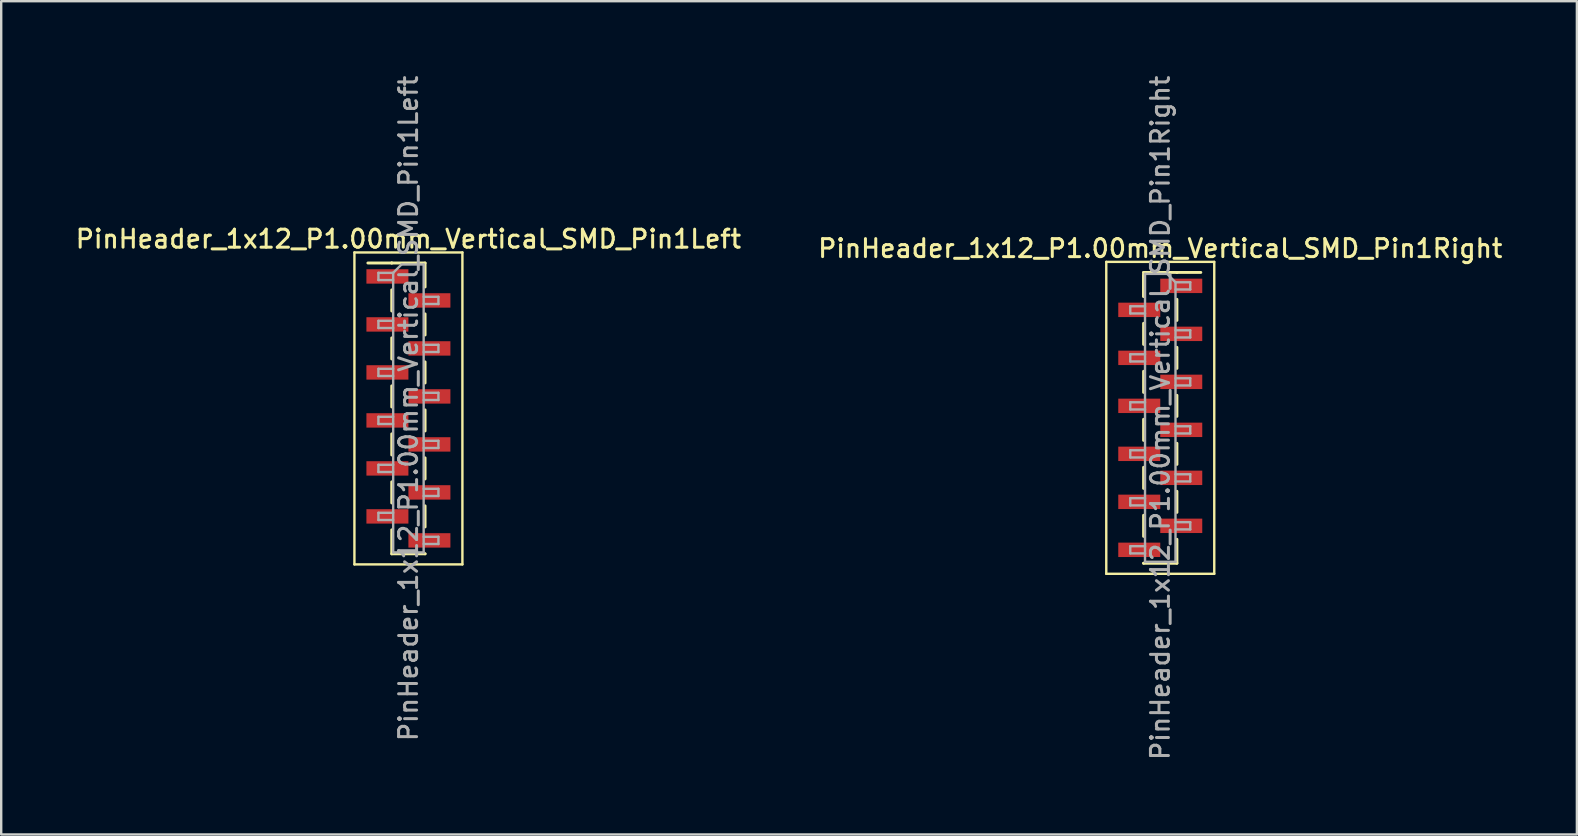
<source format=kicad_pcb>
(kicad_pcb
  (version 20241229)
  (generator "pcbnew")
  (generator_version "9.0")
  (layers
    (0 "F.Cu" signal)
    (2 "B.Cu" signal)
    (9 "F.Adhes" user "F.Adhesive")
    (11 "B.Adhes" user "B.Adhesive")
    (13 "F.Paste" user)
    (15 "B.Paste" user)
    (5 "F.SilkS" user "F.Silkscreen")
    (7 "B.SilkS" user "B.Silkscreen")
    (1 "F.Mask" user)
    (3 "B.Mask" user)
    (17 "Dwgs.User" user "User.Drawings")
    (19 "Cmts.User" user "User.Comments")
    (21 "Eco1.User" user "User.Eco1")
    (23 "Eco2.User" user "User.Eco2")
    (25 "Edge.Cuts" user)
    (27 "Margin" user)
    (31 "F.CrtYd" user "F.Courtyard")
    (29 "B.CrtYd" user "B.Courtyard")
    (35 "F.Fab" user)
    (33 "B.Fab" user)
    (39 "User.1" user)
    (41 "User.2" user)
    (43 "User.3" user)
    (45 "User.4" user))
  (footprint "PinHeader_1x12_P1.00mm_Vertical_SMD_Pin1Right"
    (layer "F.Cu")
    (at 45.302 14.363)
    (property "Reference" "PinHeader_1x12_P1.00mm_Vertical_SMD_Pin1Right" (at 0 -7.06 0) (layer "F.SilkS") (effects (font (size 0.75 0.75) (thickness 0.125))))
    (attr smd)
    (fp_line (start -2.25 -6.5) (end -2.25 6.5) (stroke (width 0.1) (type solid)) (layer "F.SilkS"))
    (fp_line (start -2.25 6.5) (end 2.25 6.5) (stroke (width 0.1) (type solid)) (layer "F.SilkS"))
    (fp_line (start -0.695 -6.06) (end -0.695 -5.06) (stroke (width 0.12) (type solid)) (layer "F.SilkS"))
    (fp_line (start -0.695 -6.06) (end 0.695 -6.06) (stroke (width 0.12) (type solid)) (layer "F.SilkS"))
    (fp_line (start -0.695 -5.94) (end -0.695 -5.06) (stroke (width 0.12) (type solid)) (layer "F.SilkS"))
    (fp_line (start -0.695 -3.94) (end -0.695 -3.06) (stroke (width 0.12) (type solid)) (layer "F.SilkS"))
    (fp_line (start -0.695 -1.94) (end -0.695 -1.06) (stroke (width 0.12) (type solid)) (layer "F.SilkS"))
    (fp_line (start -0.695 0.06) (end -0.695 0.94) (stroke (width 0.12) (type solid)) (layer "F.SilkS"))
    (fp_line (start -0.695 2.06) (end -0.695 2.94) (stroke (width 0.12) (type solid)) (layer "F.SilkS"))
    (fp_line (start -0.695 4.06) (end -0.695 4.94) (stroke (width 0.12) (type solid)) (layer "F.SilkS"))
    (fp_line (start -0.695 6.06) (end -0.695 6.06) (stroke (width 0.12) (type solid)) (layer "F.SilkS"))
    (fp_line (start -0.695 6.06) (end 0.695 6.06) (stroke (width 0.12) (type solid)) (layer "F.SilkS"))
    (fp_line (start 0.695 -6.06) (end 0.695 -6.06) (stroke (width 0.12) (type solid)) (layer "F.SilkS"))
    (fp_line (start 0.695 -6.06) (end 1.69 -6.06) (stroke (width 0.12) (type solid)) (layer "F.SilkS"))
    (fp_line (start 0.695 -4.94) (end 0.695 -4.06) (stroke (width 0.12) (type solid)) (layer "F.SilkS"))
    (fp_line (start 0.695 -2.94) (end 0.695 -2.06) (stroke (width 0.12) (type solid)) (layer "F.SilkS"))
    (fp_line (start 0.695 -0.94) (end 0.695 -0.06) (stroke (width 0.12) (type solid)) (layer "F.SilkS"))
    (fp_line (start 0.695 1.06) (end 0.695 1.94) (stroke (width 0.12) (type solid)) (layer "F.SilkS"))
    (fp_line (start 0.695 3.06) (end 0.695 3.94) (stroke (width 0.12) (type solid)) (layer "F.SilkS"))
    (fp_line (start 0.695 5.06) (end 0.695 6.06) (stroke (width 0.12) (type solid)) (layer "F.SilkS"))
    (fp_line (start 2.25 -6.5) (end -2.25 -6.5) (stroke (width 0.1) (type solid)) (layer "F.SilkS"))
    (fp_line (start 2.25 6.5) (end 2.25 -6.5) (stroke (width 0.1) (type solid)) (layer "F.SilkS"))
    (fp_line (start -1.25 -4.65) (end -1.25 -4.35) (stroke (width 0.1) (type solid)) (layer "F.Fab"))
    (fp_line (start -1.25 -4.35) (end -0.635 -4.35) (stroke (width 0.1) (type solid)) (layer "F.Fab"))
    (fp_line (start -1.25 -2.65) (end -1.25 -2.35) (stroke (width 0.1) (type solid)) (layer "F.Fab"))
    (fp_line (start -1.25 -2.35) (end -0.635 -2.35) (stroke (width 0.1) (type solid)) (layer "F.Fab"))
    (fp_line (start -1.25 -0.65) (end -1.25 -0.35) (stroke (width 0.1) (type solid)) (layer "F.Fab"))
    (fp_line (start -1.25 -0.35) (end -0.635 -0.35) (stroke (width 0.1) (type solid)) (layer "F.Fab"))
    (fp_line (start -1.25 1.35) (end -1.25 1.65) (stroke (width 0.1) (type solid)) (layer "F.Fab"))
    (fp_line (start -1.25 1.65) (end -0.635 1.65) (stroke (width 0.1) (type solid)) (layer "F.Fab"))
    (fp_line (start -1.25 3.35) (end -1.25 3.65) (stroke (width 0.1) (type solid)) (layer "F.Fab"))
    (fp_line (start -1.25 3.65) (end -0.635 3.65) (stroke (width 0.1) (type solid)) (layer "F.Fab"))
    (fp_line (start -1.25 5.35) (end -1.25 5.65) (stroke (width 0.1) (type solid)) (layer "F.Fab"))
    (fp_line (start -1.25 5.65) (end -0.635 5.65) (stroke (width 0.1) (type solid)) (layer "F.Fab"))
    (fp_line (start -0.635 -6) (end -0.635 6) (stroke (width 0.1) (type solid)) (layer "F.Fab"))
    (fp_line (start -0.635 -6) (end 0.285 -6) (stroke (width 0.1) (type solid)) (layer "F.Fab"))
    (fp_line (start -0.635 -4.65) (end -1.25 -4.65) (stroke (width 0.1) (type solid)) (layer "F.Fab"))
    (fp_line (start -0.635 -2.65) (end -1.25 -2.65) (stroke (width 0.1) (type solid)) (layer "F.Fab"))
    (fp_line (start -0.635 -0.65) (end -1.25 -0.65) (stroke (width 0.1) (type solid)) (layer "F.Fab"))
    (fp_line (start -0.635 1.35) (end -1.25 1.35) (stroke (width 0.1) (type solid)) (layer "F.Fab"))
    (fp_line (start -0.635 3.35) (end -1.25 3.35) (stroke (width 0.1) (type solid)) (layer "F.Fab"))
    (fp_line (start -0.635 5.35) (end -1.25 5.35) (stroke (width 0.1) (type solid)) (layer "F.Fab"))
    (fp_line (start 0.635 -5.65) (end 0.285 -6) (stroke (width 0.1) (type solid)) (layer "F.Fab"))
    (fp_line (start 0.635 -5.65) (end 1.25 -5.65) (stroke (width 0.1) (type solid)) (layer "F.Fab"))
    (fp_line (start 0.635 -3.65) (end 1.25 -3.65) (stroke (width 0.1) (type solid)) (layer "F.Fab"))
    (fp_line (start 0.635 -1.65) (end 1.25 -1.65) (stroke (width 0.1) (type solid)) (layer "F.Fab"))
    (fp_line (start 0.635 0.35) (end 1.25 0.35) (stroke (width 0.1) (type solid)) (layer "F.Fab"))
    (fp_line (start 0.635 2.35) (end 1.25 2.35) (stroke (width 0.1) (type solid)) (layer "F.Fab"))
    (fp_line (start 0.635 4.35) (end 1.25 4.35) (stroke (width 0.1) (type solid)) (layer "F.Fab"))
    (fp_line (start 0.635 6) (end -0.635 6) (stroke (width 0.1) (type solid)) (layer "F.Fab"))
    (fp_line (start 0.635 6) (end 0.635 -5.65) (stroke (width 0.1) (type solid)) (layer "F.Fab"))
    (fp_line (start 1.25 -5.65) (end 1.25 -5.35) (stroke (width 0.1) (type solid)) (layer "F.Fab"))
    (fp_line (start 1.25 -5.35) (end 0.635 -5.35) (stroke (width 0.1) (type solid)) (layer "F.Fab"))
    (fp_line (start 1.25 -3.65) (end 1.25 -3.35) (stroke (width 0.1) (type solid)) (layer "F.Fab"))
    (fp_line (start 1.25 -3.35) (end 0.635 -3.35) (stroke (width 0.1) (type solid)) (layer "F.Fab"))
    (fp_line (start 1.25 -1.65) (end 1.25 -1.35) (stroke (width 0.1) (type solid)) (layer "F.Fab"))
    (fp_line (start 1.25 -1.35) (end 0.635 -1.35) (stroke (width 0.1) (type solid)) (layer "F.Fab"))
    (fp_line (start 1.25 0.35) (end 1.25 0.65) (stroke (width 0.1) (type solid)) (layer "F.Fab"))
    (fp_line (start 1.25 0.65) (end 0.635 0.65) (stroke (width 0.1) (type solid)) (layer "F.Fab"))
    (fp_line (start 1.25 2.35) (end 1.25 2.65) (stroke (width 0.1) (type solid)) (layer "F.Fab"))
    (fp_line (start 1.25 2.65) (end 0.635 2.65) (stroke (width 0.1) (type solid)) (layer "F.Fab"))
    (fp_line (start 1.25 4.35) (end 1.25 4.65) (stroke (width 0.1) (type solid)) (layer "F.Fab"))
    (fp_line (start 1.25 4.65) (end 0.635 4.65) (stroke (width 0.1) (type solid)) (layer "F.Fab"))
    (fp_text user "${REFERENCE}" (at 0 0 90) (layer "F.Fab") (effects (font (size 0.75 0.75) (thickness 0.125))))
    (pad "1" smd rect (at 0.875 -5.5) (size 1.75 0.6) (layers "F.Cu" "F.Mask" "F.Paste"))
    (pad "2" smd rect (at -0.875 -4.5) (size 1.75 0.6) (layers "F.Cu" "F.Mask" "F.Paste"))
    (pad "3" smd rect (at 0.875 -3.5) (size 1.75 0.6) (layers "F.Cu" "F.Mask" "F.Paste"))
    (pad "4" smd rect (at -0.875 -2.5) (size 1.75 0.6) (layers "F.Cu" "F.Mask" "F.Paste"))
    (pad "5" smd rect (at 0.875 -1.5) (size 1.75 0.6) (layers "F.Cu" "F.Mask" "F.Paste"))
    (pad "6" smd rect (at -0.875 -0.5) (size 1.75 0.6) (layers "F.Cu" "F.Mask" "F.Paste"))
    (pad "7" smd rect (at 0.875 0.5) (size 1.75 0.6) (layers "F.Cu" "F.Mask" "F.Paste"))
    (pad "8" smd rect (at -0.875 1.5) (size 1.75 0.6) (layers "F.Cu" "F.Mask" "F.Paste"))
    (pad "9" smd rect (at 0.875 2.5) (size 1.75 0.6) (layers "F.Cu" "F.Mask" "F.Paste"))
    (pad "10" smd rect (at -0.875 3.5) (size 1.75 0.6) (layers "F.Cu" "F.Mask" "F.Paste"))
    (pad "11" smd rect (at 0.875 4.5) (size 1.75 0.6) (layers "F.Cu" "F.Mask" "F.Paste"))
    (pad "12" smd rect (at -0.875 5.5) (size 1.75 0.6) (layers "F.Cu" "F.Mask" "F.Paste")))
  (footprint "PinHeader_1x12_P1.00mm_Vertical_SMD_Pin1Left"
    (layer "F.Cu")
    (at 13.97 13.97)
    (property "Reference" "PinHeader_1x12_P1.00mm_Vertical_SMD_Pin1Left" (at 0 -7.06 0) (layer "F.SilkS") (effects (font (size 0.75 0.75) (thickness 0.125))))
    (attr smd)
    (fp_line (start -2.25 -6.5) (end -2.25 6.5) (stroke (width 0.1) (type solid)) (layer "F.SilkS"))
    (fp_line (start -2.25 6.5) (end 2.25 6.5) (stroke (width 0.1) (type solid)) (layer "F.SilkS"))
    (fp_line (start -0.695 -6.06) (end -1.69 -6.06) (stroke (width 0.12) (type solid)) (layer "F.SilkS"))
    (fp_line (start -0.695 -6.06) (end -0.695 -6.06) (stroke (width 0.12) (type solid)) (layer "F.SilkS"))
    (fp_line (start -0.695 -6.06) (end 0.695 -6.06) (stroke (width 0.12) (type solid)) (layer "F.SilkS"))
    (fp_line (start -0.695 -4.94) (end -0.695 -4.06) (stroke (width 0.12) (type solid)) (layer "F.SilkS"))
    (fp_line (start -0.695 -2.94) (end -0.695 -2.06) (stroke (width 0.12) (type solid)) (layer "F.SilkS"))
    (fp_line (start -0.695 -0.94) (end -0.695 -0.06) (stroke (width 0.12) (type solid)) (layer "F.SilkS"))
    (fp_line (start -0.695 1.06) (end -0.695 1.94) (stroke (width 0.12) (type solid)) (layer "F.SilkS"))
    (fp_line (start -0.695 3.06) (end -0.695 3.94) (stroke (width 0.12) (type solid)) (layer "F.SilkS"))
    (fp_line (start -0.695 5.06) (end -0.695 6.06) (stroke (width 0.12) (type solid)) (layer "F.SilkS"))
    (fp_line (start -0.695 6.06) (end 0.695 6.06) (stroke (width 0.12) (type solid)) (layer "F.SilkS"))
    (fp_line (start 0.695 -6.06) (end 0.695 -5.06) (stroke (width 0.12) (type solid)) (layer "F.SilkS"))
    (fp_line (start 0.695 -3.94) (end 0.695 -3.06) (stroke (width 0.12) (type solid)) (layer "F.SilkS"))
    (fp_line (start 0.695 -1.94) (end 0.695 -1.06) (stroke (width 0.12) (type solid)) (layer "F.SilkS"))
    (fp_line (start 0.695 0.06) (end 0.695 0.94) (stroke (width 0.12) (type solid)) (layer "F.SilkS"))
    (fp_line (start 0.695 2.06) (end 0.695 2.94) (stroke (width 0.12) (type solid)) (layer "F.SilkS"))
    (fp_line (start 0.695 4.06) (end 0.695 4.94) (stroke (width 0.12) (type solid)) (layer "F.SilkS"))
    (fp_line (start 0.695 6.06) (end 0.695 6.06) (stroke (width 0.12) (type solid)) (layer "F.SilkS"))
    (fp_line (start 2.25 -6.5) (end -2.25 -6.5) (stroke (width 0.1) (type solid)) (layer "F.SilkS"))
    (fp_line (start 2.25 6.5) (end 2.25 -6.5) (stroke (width 0.1) (type solid)) (layer "F.SilkS"))
    (fp_line (start -1.25 -5.65) (end -1.25 -5.35) (stroke (width 0.1) (type solid)) (layer "F.Fab"))
    (fp_line (start -1.25 -5.35) (end -0.635 -5.35) (stroke (width 0.1) (type solid)) (layer "F.Fab"))
    (fp_line (start -1.25 -3.65) (end -1.25 -3.35) (stroke (width 0.1) (type solid)) (layer "F.Fab"))
    (fp_line (start -1.25 -3.35) (end -0.635 -3.35) (stroke (width 0.1) (type solid)) (layer "F.Fab"))
    (fp_line (start -1.25 -1.65) (end -1.25 -1.35) (stroke (width 0.1) (type solid)) (layer "F.Fab"))
    (fp_line (start -1.25 -1.35) (end -0.635 -1.35) (stroke (width 0.1) (type solid)) (layer "F.Fab"))
    (fp_line (start -1.25 0.35) (end -1.25 0.65) (stroke (width 0.1) (type solid)) (layer "F.Fab"))
    (fp_line (start -1.25 0.65) (end -0.635 0.65) (stroke (width 0.1) (type solid)) (layer "F.Fab"))
    (fp_line (start -1.25 2.35) (end -1.25 2.65) (stroke (width 0.1) (type solid)) (layer "F.Fab"))
    (fp_line (start -1.25 2.65) (end -0.635 2.65) (stroke (width 0.1) (type solid)) (layer "F.Fab"))
    (fp_line (start -1.25 4.35) (end -1.25 4.65) (stroke (width 0.1) (type solid)) (layer "F.Fab"))
    (fp_line (start -1.25 4.65) (end -0.635 4.65) (stroke (width 0.1) (type solid)) (layer "F.Fab"))
    (fp_line (start -0.635 -5.65) (end -1.25 -5.65) (stroke (width 0.1) (type solid)) (layer "F.Fab"))
    (fp_line (start -0.635 -5.65) (end -0.285 -6) (stroke (width 0.1) (type solid)) (layer "F.Fab"))
    (fp_line (start -0.635 -3.65) (end -1.25 -3.65) (stroke (width 0.1) (type solid)) (layer "F.Fab"))
    (fp_line (start -0.635 -1.65) (end -1.25 -1.65) (stroke (width 0.1) (type solid)) (layer "F.Fab"))
    (fp_line (start -0.635 0.35) (end -1.25 0.35) (stroke (width 0.1) (type solid)) (layer "F.Fab"))
    (fp_line (start -0.635 2.35) (end -1.25 2.35) (stroke (width 0.1) (type solid)) (layer "F.Fab"))
    (fp_line (start -0.635 4.35) (end -1.25 4.35) (stroke (width 0.1) (type solid)) (layer "F.Fab"))
    (fp_line (start -0.635 6) (end -0.635 -5.65) (stroke (width 0.1) (type solid)) (layer "F.Fab"))
    (fp_line (start -0.285 -6) (end 0.635 -6) (stroke (width 0.1) (type solid)) (layer "F.Fab"))
    (fp_line (start 0.635 -6) (end 0.635 6) (stroke (width 0.1) (type solid)) (layer "F.Fab"))
    (fp_line (start 0.635 -4.65) (end 1.25 -4.65) (stroke (width 0.1) (type solid)) (layer "F.Fab"))
    (fp_line (start 0.635 -2.65) (end 1.25 -2.65) (stroke (width 0.1) (type solid)) (layer "F.Fab"))
    (fp_line (start 0.635 -0.65) (end 1.25 -0.65) (stroke (width 0.1) (type solid)) (layer "F.Fab"))
    (fp_line (start 0.635 1.35) (end 1.25 1.35) (stroke (width 0.1) (type solid)) (layer "F.Fab"))
    (fp_line (start 0.635 3.35) (end 1.25 3.35) (stroke (width 0.1) (type solid)) (layer "F.Fab"))
    (fp_line (start 0.635 5.35) (end 1.25 5.35) (stroke (width 0.1) (type solid)) (layer "F.Fab"))
    (fp_line (start 0.635 6) (end -0.635 6) (stroke (width 0.1) (type solid)) (layer "F.Fab"))
    (fp_line (start 1.25 -4.65) (end 1.25 -4.35) (stroke (width 0.1) (type solid)) (layer "F.Fab"))
    (fp_line (start 1.25 -4.35) (end 0.635 -4.35) (stroke (width 0.1) (type solid)) (layer "F.Fab"))
    (fp_line (start 1.25 -2.65) (end 1.25 -2.35) (stroke (width 0.1) (type solid)) (layer "F.Fab"))
    (fp_line (start 1.25 -2.35) (end 0.635 -2.35) (stroke (width 0.1) (type solid)) (layer "F.Fab"))
    (fp_line (start 1.25 -0.65) (end 1.25 -0.35) (stroke (width 0.1) (type solid)) (layer "F.Fab"))
    (fp_line (start 1.25 -0.35) (end 0.635 -0.35) (stroke (width 0.1) (type solid)) (layer "F.Fab"))
    (fp_line (start 1.25 1.35) (end 1.25 1.65) (stroke (width 0.1) (type solid)) (layer "F.Fab"))
    (fp_line (start 1.25 1.65) (end 0.635 1.65) (stroke (width 0.1) (type solid)) (layer "F.Fab"))
    (fp_line (start 1.25 3.35) (end 1.25 3.65) (stroke (width 0.1) (type solid)) (layer "F.Fab"))
    (fp_line (start 1.25 3.65) (end 0.635 3.65) (stroke (width 0.1) (type solid)) (layer "F.Fab"))
    (fp_line (start 1.25 5.35) (end 1.25 5.65) (stroke (width 0.1) (type solid)) (layer "F.Fab"))
    (fp_line (start 1.25 5.65) (end 0.635 5.65) (stroke (width 0.1) (type solid)) (layer "F.Fab"))
    (fp_text user "${REFERENCE}" (at 0 0 90) (layer "F.Fab") (effects (font (size 0.75 0.75) (thickness 0.125))))
    (pad "1" smd rect (at -0.875 -5.5) (size 1.75 0.6) (layers "F.Cu" "F.Mask" "F.Paste"))
    (pad "2" smd rect (at 0.875 -4.5) (size 1.75 0.6) (layers "F.Cu" "F.Mask" "F.Paste"))
    (pad "3" smd rect (at -0.875 -3.5) (size 1.75 0.6) (layers "F.Cu" "F.Mask" "F.Paste"))
    (pad "4" smd rect (at 0.875 -2.5) (size 1.75 0.6) (layers "F.Cu" "F.Mask" "F.Paste"))
    (pad "5" smd rect (at -0.875 -1.5) (size 1.75 0.6) (layers "F.Cu" "F.Mask" "F.Paste"))
    (pad "6" smd rect (at 0.875 -0.5) (size 1.75 0.6) (layers "F.Cu" "F.Mask" "F.Paste"))
    (pad "7" smd rect (at -0.875 0.5) (size 1.75 0.6) (layers "F.Cu" "F.Mask" "F.Paste"))
    (pad "8" smd rect (at 0.875 1.5) (size 1.75 0.6) (layers "F.Cu" "F.Mask" "F.Paste"))
    (pad "9" smd rect (at -0.875 2.5) (size 1.75 0.6) (layers "F.Cu" "F.Mask" "F.Paste"))
    (pad "10" smd rect (at 0.875 3.5) (size 1.75 0.6) (layers "F.Cu" "F.Mask" "F.Paste"))
    (pad "11" smd rect (at -0.875 4.5) (size 1.75 0.6) (layers "F.Cu" "F.Mask" "F.Paste"))
    (pad "12" smd rect (at 0.875 5.5) (size 1.75 0.6) (layers "F.Cu" "F.Mask" "F.Paste")))
  (gr_rect
    (start -3 -3)
    (end 62.664 31.725)
    (stroke (width 0.1) (type default))
    (fill no)
    (layer "Edge.Cuts")))
</source>
